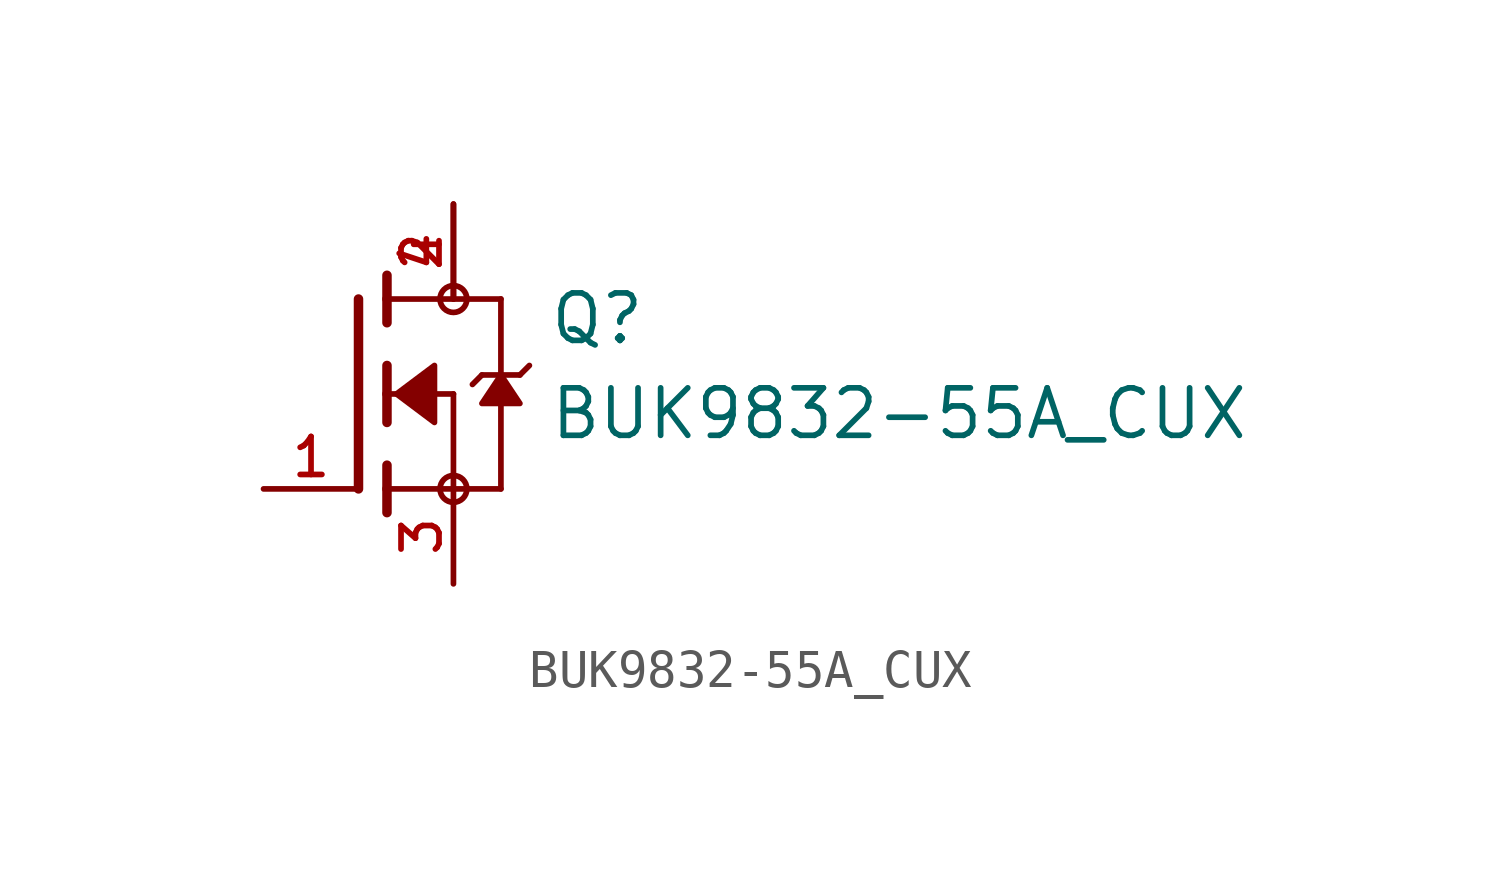
<source format=kicad_sym>
(kicad_symbol_lib
  (version 20211014)
  (generator kicad_symbol_editor)
  (symbol "BUK9832-55A_CUX"
    (pin_names
      (offset 1.016))
    (property "Reference" "Q"
      (at 5.08 1.27 0)
      (effects (font (size 1.27 1.27)) (justify bottom left)))
    (property "Value" "BUK9832-55A_CUX"
      (at 5.08 -1.27 0)
      (effects (font (size 1.27 1.27)) (justify bottom left)))
    (symbol "BUK9832-55A_CUX_0_0"
      (polyline (pts (xy 0.762 0.762) (xy 0.762 0.0)) (stroke (width 0.254)))
      (polyline (pts (xy 0.762 0.0) (xy 0.762 -0.762)) (stroke (width 0.254)))
      (polyline (pts (xy 0.762 3.175) (xy 0.762 2.54)) (stroke (width 0.254)))
      (polyline (pts (xy 0.762 2.54) (xy 0.762 1.905)) (stroke (width 0.254)))
      (polyline (pts (xy 0.762 0.0) (xy 2.54 0.0)) (stroke (width 0.152)))
      (polyline (pts (xy 2.54 0.0) (xy 2.54 -2.54)) (stroke (width 0.152)))
      (polyline (pts (xy 0.762 -1.905) (xy 0.762 -2.54)) (stroke (width 0.254)))
      (polyline (pts (xy 0.762 -2.54) (xy 0.762 -3.175)) (stroke (width 0.254)))
      (polyline (pts (xy 0.0 2.54) (xy 0.0 -2.54)) (stroke (width 0.254)))
      (polyline (pts (xy 2.54 -2.54) (xy 0.762 -2.54)) (stroke (width 0.152)))
      (polyline (pts (xy 3.81 2.54) (xy 3.81 0.508)) (stroke (width 0.152)))
      (polyline (pts (xy 3.81 0.508) (xy 3.81 -2.54)) (stroke (width 0.152)))
      (polyline (pts (xy 2.54 -2.54) (xy 3.81 -2.54)) (stroke (width 0.152)))
      (polyline (pts (xy 0.762 2.54) (xy 3.81 2.54)) (stroke (width 0.152)))
      (polyline (pts (xy 4.572 0.762) (xy 4.318 0.508)) (stroke (width 0.152)))
      (polyline (pts (xy 4.318 0.508) (xy 3.81 0.508)) (stroke (width 0.152)))
      (polyline (pts (xy 3.81 0.508) (xy 3.302 0.508)) (stroke (width 0.152)))
      (polyline (pts (xy 3.302 0.508) (xy 3.048 0.254)) (stroke (width 0.152)))
      (circle (center 2.54 -2.54) (radius 0.359) (stroke (width 0.0)) (fill (type none)))
      (circle (center 2.54 2.54) (radius 0.359) (stroke (width 0.0)) (fill (type none)))
      (polyline (pts (xy 3.81 0.508) (xy 3.302 -0.254) (xy 4.318 -0.254) (xy 3.81 0.508)) (stroke (width 0.152)) (fill (type outline)))
      (polyline (pts (xy 1.016 0.0) (xy 2.032 0.762) (xy 2.032 -0.762) (xy 1.016 0.0)) (stroke (width 0.152)) (fill (type outline)))
      (pin passive line (at 2.54 -5.08 90.0) (length 2.54) (name "~" (effects (font (size 1.016 1.016)))) (number "3" (effects (font (size 1.016 1.016)))))
      (pin passive line (at -2.54 -2.54 0) (length 2.54) (name "~" (effects (font (size 1.016 1.016)))) (number "1" (effects (font (size 1.016 1.016)))))
      (pin passive line (at 2.54 5.08 270.0) (length 2.54) (name "~" (effects (font (size 1.016 1.016)))) (number "2" (effects (font (size 1.016 1.016)))))
      (pin passive line (at 2.54 5.08 270.0) (length 2.54) (name "~" (effects (font (size 1.016 1.016)))) (number "4" (effects (font (size 1.016 1.016))))))))
</source>
